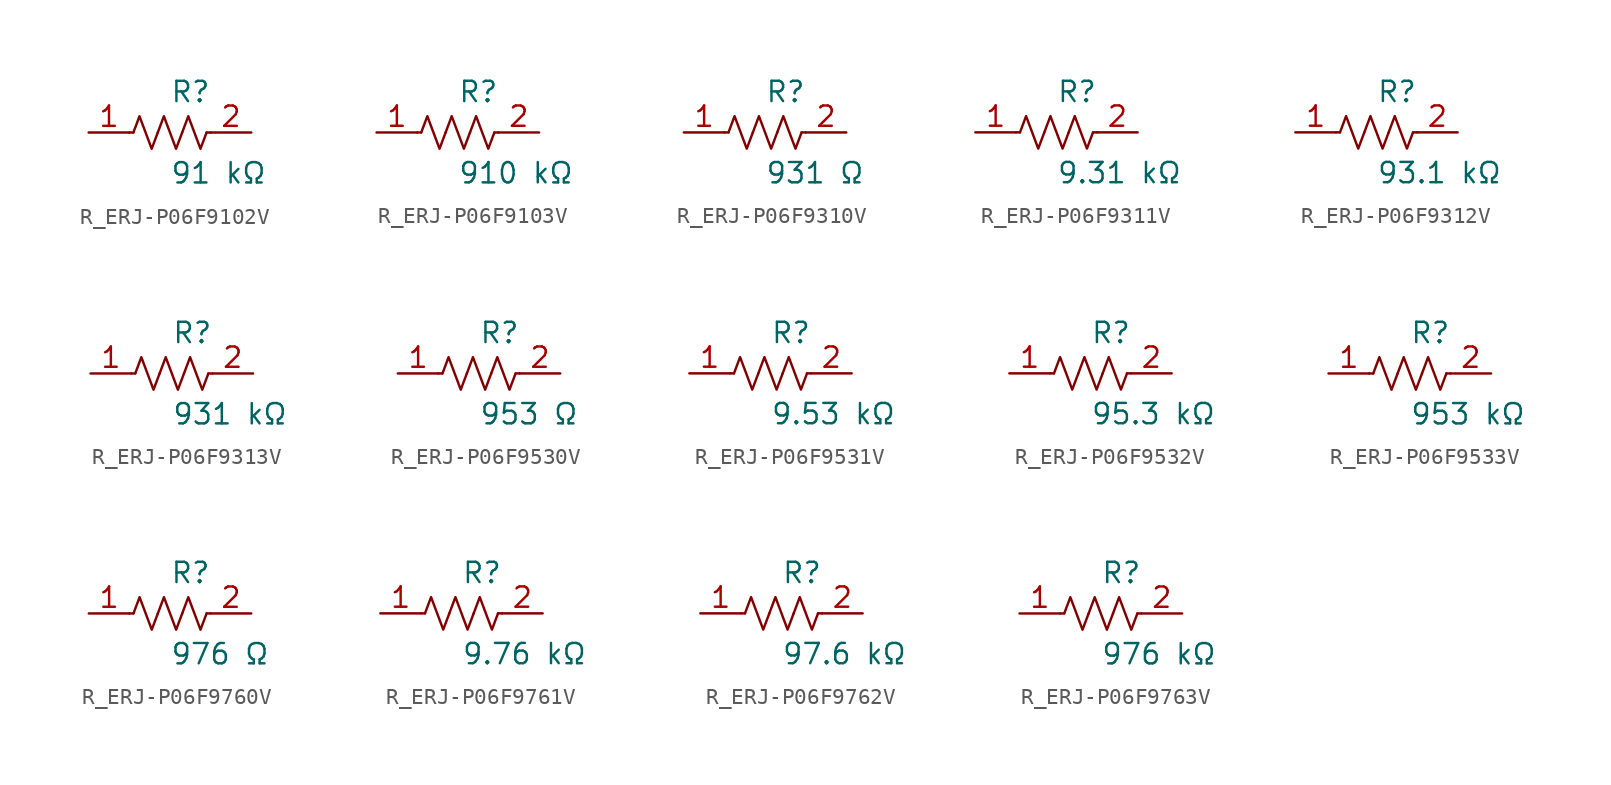
<source format=kicad_sym>
(kicad_symbol_lib
  (version 20231120)
  (generator kicad_symbol_editor)
  (generator_version 8.0)
  (symbol "R_ERJ-P06F9102V"
    (pin_names
      (offset 0.254))
    (property "Reference" "R"
      (at 0 2.54 0)
      (effects (font (size 1.27 1.27)) (justify left)))
    (property "Value" "91 kΩ"
      (at 0 -2.54 0)
      (effects (font (size 1.27 1.27)) (justify left)))
    (symbol "R_ERJ-P06F9102V_0_1"
      (polyline (pts (xy 2.286 0) (xy 2.54 0)) (stroke (width 0) (type default)) (fill (type none)))
      (polyline (pts (xy -2.286 0) (xy -2.54 0)) (stroke (width 0) (type default)) (fill (type none)))
      (polyline (pts (xy 0.762 0) (xy 1.143 1.016) (xy 1.524 0) (xy 1.905 -1.016) (xy 2.286 0)) (stroke (width 0) (type default)) (fill (type none)))
      (polyline (pts (xy -0.762 0) (xy -0.381 1.016) (xy 0 0) (xy 0.381 -1.016) (xy 0.762 0)) (stroke (width 0) (type default)) (fill (type none)))
      (polyline (pts (xy -2.286 0) (xy -1.905 1.016) (xy -1.524 0) (xy -1.143 -1.016) (xy -0.762 0)) (stroke (width 0) (type default)) (fill (type none))))
    (pin passive line
      (at -5.08 0 0)
      (length 2.54)
      (name "" (effects (font (size 1.27 1.27))))
      (number "1" (effects (font (size 1.27 1.27)))))
    (pin passive line
      (at 5.08 0 180)
      (length 2.54)
      (name "" (effects (font (size 1.27 1.27))))
      (number "2" (effects (font (size 1.27 1.27))))))
  (symbol "R_ERJ-P06F9103V"
    (pin_names
      (offset 0.254))
    (property "Reference" "R"
      (at 0 2.54 0)
      (effects (font (size 1.27 1.27)) (justify left)))
    (property "Value" "910 kΩ"
      (at 0 -2.54 0)
      (effects (font (size 1.27 1.27)) (justify left)))
    (symbol "R_ERJ-P06F9103V_0_1"
      (polyline (pts (xy 2.286 0) (xy 2.54 0)) (stroke (width 0) (type default)) (fill (type none)))
      (polyline (pts (xy -2.286 0) (xy -2.54 0)) (stroke (width 0) (type default)) (fill (type none)))
      (polyline (pts (xy 0.762 0) (xy 1.143 1.016) (xy 1.524 0) (xy 1.905 -1.016) (xy 2.286 0)) (stroke (width 0) (type default)) (fill (type none)))
      (polyline (pts (xy -0.762 0) (xy -0.381 1.016) (xy 0 0) (xy 0.381 -1.016) (xy 0.762 0)) (stroke (width 0) (type default)) (fill (type none)))
      (polyline (pts (xy -2.286 0) (xy -1.905 1.016) (xy -1.524 0) (xy -1.143 -1.016) (xy -0.762 0)) (stroke (width 0) (type default)) (fill (type none))))
    (pin passive line
      (at -5.08 0 0)
      (length 2.54)
      (name "" (effects (font (size 1.27 1.27))))
      (number "1" (effects (font (size 1.27 1.27)))))
    (pin passive line
      (at 5.08 0 180)
      (length 2.54)
      (name "" (effects (font (size 1.27 1.27))))
      (number "2" (effects (font (size 1.27 1.27))))))
  (symbol "R_ERJ-P06F9310V"
    (pin_names
      (offset 0.254))
    (property "Reference" "R"
      (at 0 2.54 0)
      (effects (font (size 1.27 1.27)) (justify left)))
    (property "Value" "931 Ω"
      (at 0 -2.54 0)
      (effects (font (size 1.27 1.27)) (justify left)))
    (symbol "R_ERJ-P06F9310V_0_1"
      (polyline (pts (xy 2.286 0) (xy 2.54 0)) (stroke (width 0) (type default)) (fill (type none)))
      (polyline (pts (xy -2.286 0) (xy -2.54 0)) (stroke (width 0) (type default)) (fill (type none)))
      (polyline (pts (xy 0.762 0) (xy 1.143 1.016) (xy 1.524 0) (xy 1.905 -1.016) (xy 2.286 0)) (stroke (width 0) (type default)) (fill (type none)))
      (polyline (pts (xy -0.762 0) (xy -0.381 1.016) (xy 0 0) (xy 0.381 -1.016) (xy 0.762 0)) (stroke (width 0) (type default)) (fill (type none)))
      (polyline (pts (xy -2.286 0) (xy -1.905 1.016) (xy -1.524 0) (xy -1.143 -1.016) (xy -0.762 0)) (stroke (width 0) (type default)) (fill (type none))))
    (pin passive line
      (at -5.08 0 0)
      (length 2.54)
      (name "" (effects (font (size 1.27 1.27))))
      (number "1" (effects (font (size 1.27 1.27)))))
    (pin passive line
      (at 5.08 0 180)
      (length 2.54)
      (name "" (effects (font (size 1.27 1.27))))
      (number "2" (effects (font (size 1.27 1.27))))))
  (symbol "R_ERJ-P06F9311V"
    (pin_names
      (offset 0.254))
    (property "Reference" "R"
      (at 0 2.54 0)
      (effects (font (size 1.27 1.27)) (justify left)))
    (property "Value" "9.31 kΩ"
      (at 0 -2.54 0)
      (effects (font (size 1.27 1.27)) (justify left)))
    (symbol "R_ERJ-P06F9311V_0_1"
      (polyline (pts (xy 2.286 0) (xy 2.54 0)) (stroke (width 0) (type default)) (fill (type none)))
      (polyline (pts (xy -2.286 0) (xy -2.54 0)) (stroke (width 0) (type default)) (fill (type none)))
      (polyline (pts (xy 0.762 0) (xy 1.143 1.016) (xy 1.524 0) (xy 1.905 -1.016) (xy 2.286 0)) (stroke (width 0) (type default)) (fill (type none)))
      (polyline (pts (xy -0.762 0) (xy -0.381 1.016) (xy 0 0) (xy 0.381 -1.016) (xy 0.762 0)) (stroke (width 0) (type default)) (fill (type none)))
      (polyline (pts (xy -2.286 0) (xy -1.905 1.016) (xy -1.524 0) (xy -1.143 -1.016) (xy -0.762 0)) (stroke (width 0) (type default)) (fill (type none))))
    (pin passive line
      (at -5.08 0 0)
      (length 2.54)
      (name "" (effects (font (size 1.27 1.27))))
      (number "1" (effects (font (size 1.27 1.27)))))
    (pin passive line
      (at 5.08 0 180)
      (length 2.54)
      (name "" (effects (font (size 1.27 1.27))))
      (number "2" (effects (font (size 1.27 1.27))))))
  (symbol "R_ERJ-P06F9312V"
    (pin_names
      (offset 0.254))
    (property "Reference" "R"
      (at 0 2.54 0)
      (effects (font (size 1.27 1.27)) (justify left)))
    (property "Value" "93.1 kΩ"
      (at 0 -2.54 0)
      (effects (font (size 1.27 1.27)) (justify left)))
    (symbol "R_ERJ-P06F9312V_0_1"
      (polyline (pts (xy 2.286 0) (xy 2.54 0)) (stroke (width 0) (type default)) (fill (type none)))
      (polyline (pts (xy -2.286 0) (xy -2.54 0)) (stroke (width 0) (type default)) (fill (type none)))
      (polyline (pts (xy 0.762 0) (xy 1.143 1.016) (xy 1.524 0) (xy 1.905 -1.016) (xy 2.286 0)) (stroke (width 0) (type default)) (fill (type none)))
      (polyline (pts (xy -0.762 0) (xy -0.381 1.016) (xy 0 0) (xy 0.381 -1.016) (xy 0.762 0)) (stroke (width 0) (type default)) (fill (type none)))
      (polyline (pts (xy -2.286 0) (xy -1.905 1.016) (xy -1.524 0) (xy -1.143 -1.016) (xy -0.762 0)) (stroke (width 0) (type default)) (fill (type none))))
    (pin passive line
      (at -5.08 0 0)
      (length 2.54)
      (name "" (effects (font (size 1.27 1.27))))
      (number "1" (effects (font (size 1.27 1.27)))))
    (pin passive line
      (at 5.08 0 180)
      (length 2.54)
      (name "" (effects (font (size 1.27 1.27))))
      (number "2" (effects (font (size 1.27 1.27))))))
  (symbol "R_ERJ-P06F9313V"
    (pin_names
      (offset 0.254))
    (property "Reference" "R"
      (at 0 2.54 0)
      (effects (font (size 1.27 1.27)) (justify left)))
    (property "Value" "931 kΩ"
      (at 0 -2.54 0)
      (effects (font (size 1.27 1.27)) (justify left)))
    (symbol "R_ERJ-P06F9313V_0_1"
      (polyline (pts (xy 2.286 0) (xy 2.54 0)) (stroke (width 0) (type default)) (fill (type none)))
      (polyline (pts (xy -2.286 0) (xy -2.54 0)) (stroke (width 0) (type default)) (fill (type none)))
      (polyline (pts (xy 0.762 0) (xy 1.143 1.016) (xy 1.524 0) (xy 1.905 -1.016) (xy 2.286 0)) (stroke (width 0) (type default)) (fill (type none)))
      (polyline (pts (xy -0.762 0) (xy -0.381 1.016) (xy 0 0) (xy 0.381 -1.016) (xy 0.762 0)) (stroke (width 0) (type default)) (fill (type none)))
      (polyline (pts (xy -2.286 0) (xy -1.905 1.016) (xy -1.524 0) (xy -1.143 -1.016) (xy -0.762 0)) (stroke (width 0) (type default)) (fill (type none))))
    (pin passive line
      (at -5.08 0 0)
      (length 2.54)
      (name "" (effects (font (size 1.27 1.27))))
      (number "1" (effects (font (size 1.27 1.27)))))
    (pin passive line
      (at 5.08 0 180)
      (length 2.54)
      (name "" (effects (font (size 1.27 1.27))))
      (number "2" (effects (font (size 1.27 1.27))))))
  (symbol "R_ERJ-P06F9530V"
    (pin_names
      (offset 0.254))
    (property "Reference" "R"
      (at 0 2.54 0)
      (effects (font (size 1.27 1.27)) (justify left)))
    (property "Value" "953 Ω"
      (at 0 -2.54 0)
      (effects (font (size 1.27 1.27)) (justify left)))
    (symbol "R_ERJ-P06F9530V_0_1"
      (polyline (pts (xy 2.286 0) (xy 2.54 0)) (stroke (width 0) (type default)) (fill (type none)))
      (polyline (pts (xy -2.286 0) (xy -2.54 0)) (stroke (width 0) (type default)) (fill (type none)))
      (polyline (pts (xy 0.762 0) (xy 1.143 1.016) (xy 1.524 0) (xy 1.905 -1.016) (xy 2.286 0)) (stroke (width 0) (type default)) (fill (type none)))
      (polyline (pts (xy -0.762 0) (xy -0.381 1.016) (xy 0 0) (xy 0.381 -1.016) (xy 0.762 0)) (stroke (width 0) (type default)) (fill (type none)))
      (polyline (pts (xy -2.286 0) (xy -1.905 1.016) (xy -1.524 0) (xy -1.143 -1.016) (xy -0.762 0)) (stroke (width 0) (type default)) (fill (type none))))
    (pin passive line
      (at -5.08 0 0)
      (length 2.54)
      (name "" (effects (font (size 1.27 1.27))))
      (number "1" (effects (font (size 1.27 1.27)))))
    (pin passive line
      (at 5.08 0 180)
      (length 2.54)
      (name "" (effects (font (size 1.27 1.27))))
      (number "2" (effects (font (size 1.27 1.27))))))
  (symbol "R_ERJ-P06F9531V"
    (pin_names
      (offset 0.254))
    (property "Reference" "R"
      (at 0 2.54 0)
      (effects (font (size 1.27 1.27)) (justify left)))
    (property "Value" "9.53 kΩ"
      (at 0 -2.54 0)
      (effects (font (size 1.27 1.27)) (justify left)))
    (symbol "R_ERJ-P06F9531V_0_1"
      (polyline (pts (xy 2.286 0) (xy 2.54 0)) (stroke (width 0) (type default)) (fill (type none)))
      (polyline (pts (xy -2.286 0) (xy -2.54 0)) (stroke (width 0) (type default)) (fill (type none)))
      (polyline (pts (xy 0.762 0) (xy 1.143 1.016) (xy 1.524 0) (xy 1.905 -1.016) (xy 2.286 0)) (stroke (width 0) (type default)) (fill (type none)))
      (polyline (pts (xy -0.762 0) (xy -0.381 1.016) (xy 0 0) (xy 0.381 -1.016) (xy 0.762 0)) (stroke (width 0) (type default)) (fill (type none)))
      (polyline (pts (xy -2.286 0) (xy -1.905 1.016) (xy -1.524 0) (xy -1.143 -1.016) (xy -0.762 0)) (stroke (width 0) (type default)) (fill (type none))))
    (pin passive line
      (at -5.08 0 0)
      (length 2.54)
      (name "" (effects (font (size 1.27 1.27))))
      (number "1" (effects (font (size 1.27 1.27)))))
    (pin passive line
      (at 5.08 0 180)
      (length 2.54)
      (name "" (effects (font (size 1.27 1.27))))
      (number "2" (effects (font (size 1.27 1.27))))))
  (symbol "R_ERJ-P06F9532V"
    (pin_names
      (offset 0.254))
    (property "Reference" "R"
      (at 0 2.54 0)
      (effects (font (size 1.27 1.27)) (justify left)))
    (property "Value" "95.3 kΩ"
      (at 0 -2.54 0)
      (effects (font (size 1.27 1.27)) (justify left)))
    (symbol "R_ERJ-P06F9532V_0_1"
      (polyline (pts (xy 2.286 0) (xy 2.54 0)) (stroke (width 0) (type default)) (fill (type none)))
      (polyline (pts (xy -2.286 0) (xy -2.54 0)) (stroke (width 0) (type default)) (fill (type none)))
      (polyline (pts (xy 0.762 0) (xy 1.143 1.016) (xy 1.524 0) (xy 1.905 -1.016) (xy 2.286 0)) (stroke (width 0) (type default)) (fill (type none)))
      (polyline (pts (xy -0.762 0) (xy -0.381 1.016) (xy 0 0) (xy 0.381 -1.016) (xy 0.762 0)) (stroke (width 0) (type default)) (fill (type none)))
      (polyline (pts (xy -2.286 0) (xy -1.905 1.016) (xy -1.524 0) (xy -1.143 -1.016) (xy -0.762 0)) (stroke (width 0) (type default)) (fill (type none))))
    (pin passive line
      (at -5.08 0 0)
      (length 2.54)
      (name "" (effects (font (size 1.27 1.27))))
      (number "1" (effects (font (size 1.27 1.27)))))
    (pin passive line
      (at 5.08 0 180)
      (length 2.54)
      (name "" (effects (font (size 1.27 1.27))))
      (number "2" (effects (font (size 1.27 1.27))))))
  (symbol "R_ERJ-P06F9533V"
    (pin_names
      (offset 0.254))
    (property "Reference" "R"
      (at 0 2.54 0)
      (effects (font (size 1.27 1.27)) (justify left)))
    (property "Value" "953 kΩ"
      (at 0 -2.54 0)
      (effects (font (size 1.27 1.27)) (justify left)))
    (symbol "R_ERJ-P06F9533V_0_1"
      (polyline (pts (xy 2.286 0) (xy 2.54 0)) (stroke (width 0) (type default)) (fill (type none)))
      (polyline (pts (xy -2.286 0) (xy -2.54 0)) (stroke (width 0) (type default)) (fill (type none)))
      (polyline (pts (xy 0.762 0) (xy 1.143 1.016) (xy 1.524 0) (xy 1.905 -1.016) (xy 2.286 0)) (stroke (width 0) (type default)) (fill (type none)))
      (polyline (pts (xy -0.762 0) (xy -0.381 1.016) (xy 0 0) (xy 0.381 -1.016) (xy 0.762 0)) (stroke (width 0) (type default)) (fill (type none)))
      (polyline (pts (xy -2.286 0) (xy -1.905 1.016) (xy -1.524 0) (xy -1.143 -1.016) (xy -0.762 0)) (stroke (width 0) (type default)) (fill (type none))))
    (pin passive line
      (at -5.08 0 0)
      (length 2.54)
      (name "" (effects (font (size 1.27 1.27))))
      (number "1" (effects (font (size 1.27 1.27)))))
    (pin passive line
      (at 5.08 0 180)
      (length 2.54)
      (name "" (effects (font (size 1.27 1.27))))
      (number "2" (effects (font (size 1.27 1.27))))))
  (symbol "R_ERJ-P06F9760V"
    (pin_names
      (offset 0.254))
    (property "Reference" "R"
      (at 0 2.54 0)
      (effects (font (size 1.27 1.27)) (justify left)))
    (property "Value" "976 Ω"
      (at 0 -2.54 0)
      (effects (font (size 1.27 1.27)) (justify left)))
    (symbol "R_ERJ-P06F9760V_0_1"
      (polyline (pts (xy 2.286 0) (xy 2.54 0)) (stroke (width 0) (type default)) (fill (type none)))
      (polyline (pts (xy -2.286 0) (xy -2.54 0)) (stroke (width 0) (type default)) (fill (type none)))
      (polyline (pts (xy 0.762 0) (xy 1.143 1.016) (xy 1.524 0) (xy 1.905 -1.016) (xy 2.286 0)) (stroke (width 0) (type default)) (fill (type none)))
      (polyline (pts (xy -0.762 0) (xy -0.381 1.016) (xy 0 0) (xy 0.381 -1.016) (xy 0.762 0)) (stroke (width 0) (type default)) (fill (type none)))
      (polyline (pts (xy -2.286 0) (xy -1.905 1.016) (xy -1.524 0) (xy -1.143 -1.016) (xy -0.762 0)) (stroke (width 0) (type default)) (fill (type none))))
    (pin passive line
      (at -5.08 0 0)
      (length 2.54)
      (name "" (effects (font (size 1.27 1.27))))
      (number "1" (effects (font (size 1.27 1.27)))))
    (pin passive line
      (at 5.08 0 180)
      (length 2.54)
      (name "" (effects (font (size 1.27 1.27))))
      (number "2" (effects (font (size 1.27 1.27))))))
  (symbol "R_ERJ-P06F9761V"
    (pin_names
      (offset 0.254))
    (property "Reference" "R"
      (at 0 2.54 0)
      (effects (font (size 1.27 1.27)) (justify left)))
    (property "Value" "9.76 kΩ"
      (at 0 -2.54 0)
      (effects (font (size 1.27 1.27)) (justify left)))
    (symbol "R_ERJ-P06F9761V_0_1"
      (polyline (pts (xy 2.286 0) (xy 2.54 0)) (stroke (width 0) (type default)) (fill (type none)))
      (polyline (pts (xy -2.286 0) (xy -2.54 0)) (stroke (width 0) (type default)) (fill (type none)))
      (polyline (pts (xy 0.762 0) (xy 1.143 1.016) (xy 1.524 0) (xy 1.905 -1.016) (xy 2.286 0)) (stroke (width 0) (type default)) (fill (type none)))
      (polyline (pts (xy -0.762 0) (xy -0.381 1.016) (xy 0 0) (xy 0.381 -1.016) (xy 0.762 0)) (stroke (width 0) (type default)) (fill (type none)))
      (polyline (pts (xy -2.286 0) (xy -1.905 1.016) (xy -1.524 0) (xy -1.143 -1.016) (xy -0.762 0)) (stroke (width 0) (type default)) (fill (type none))))
    (pin passive line
      (at -5.08 0 0)
      (length 2.54)
      (name "" (effects (font (size 1.27 1.27))))
      (number "1" (effects (font (size 1.27 1.27)))))
    (pin passive line
      (at 5.08 0 180)
      (length 2.54)
      (name "" (effects (font (size 1.27 1.27))))
      (number "2" (effects (font (size 1.27 1.27))))))
  (symbol "R_ERJ-P06F9762V"
    (pin_names
      (offset 0.254))
    (property "Reference" "R"
      (at 0 2.54 0)
      (effects (font (size 1.27 1.27)) (justify left)))
    (property "Value" "97.6 kΩ"
      (at 0 -2.54 0)
      (effects (font (size 1.27 1.27)) (justify left)))
    (symbol "R_ERJ-P06F9762V_0_1"
      (polyline (pts (xy 2.286 0) (xy 2.54 0)) (stroke (width 0) (type default)) (fill (type none)))
      (polyline (pts (xy -2.286 0) (xy -2.54 0)) (stroke (width 0) (type default)) (fill (type none)))
      (polyline (pts (xy 0.762 0) (xy 1.143 1.016) (xy 1.524 0) (xy 1.905 -1.016) (xy 2.286 0)) (stroke (width 0) (type default)) (fill (type none)))
      (polyline (pts (xy -0.762 0) (xy -0.381 1.016) (xy 0 0) (xy 0.381 -1.016) (xy 0.762 0)) (stroke (width 0) (type default)) (fill (type none)))
      (polyline (pts (xy -2.286 0) (xy -1.905 1.016) (xy -1.524 0) (xy -1.143 -1.016) (xy -0.762 0)) (stroke (width 0) (type default)) (fill (type none))))
    (pin passive line
      (at -5.08 0 0)
      (length 2.54)
      (name "" (effects (font (size 1.27 1.27))))
      (number "1" (effects (font (size 1.27 1.27)))))
    (pin passive line
      (at 5.08 0 180)
      (length 2.54)
      (name "" (effects (font (size 1.27 1.27))))
      (number "2" (effects (font (size 1.27 1.27))))))
  (symbol "R_ERJ-P06F9763V"
    (pin_names
      (offset 0.254))
    (property "Reference" "R"
      (at 0 2.54 0)
      (effects (font (size 1.27 1.27)) (justify left)))
    (property "Value" "976 kΩ"
      (at 0 -2.54 0)
      (effects (font (size 1.27 1.27)) (justify left)))
    (symbol "R_ERJ-P06F9763V_0_1"
      (polyline (pts (xy 2.286 0) (xy 2.54 0)) (stroke (width 0) (type default)) (fill (type none)))
      (polyline (pts (xy -2.286 0) (xy -2.54 0)) (stroke (width 0) (type default)) (fill (type none)))
      (polyline (pts (xy 0.762 0) (xy 1.143 1.016) (xy 1.524 0) (xy 1.905 -1.016) (xy 2.286 0)) (stroke (width 0) (type default)) (fill (type none)))
      (polyline (pts (xy -0.762 0) (xy -0.381 1.016) (xy 0 0) (xy 0.381 -1.016) (xy 0.762 0)) (stroke (width 0) (type default)) (fill (type none)))
      (polyline (pts (xy -2.286 0) (xy -1.905 1.016) (xy -1.524 0) (xy -1.143 -1.016) (xy -0.762 0)) (stroke (width 0) (type default)) (fill (type none))))
    (pin passive line
      (at -5.08 0 0)
      (length 2.54)
      (name "" (effects (font (size 1.27 1.27))))
      (number "1" (effects (font (size 1.27 1.27)))))
    (pin passive line
      (at 5.08 0 180)
      (length 2.54)
      (name "" (effects (font (size 1.27 1.27))))
      (number "2" (effects (font (size 1.27 1.27)))))))
</source>
